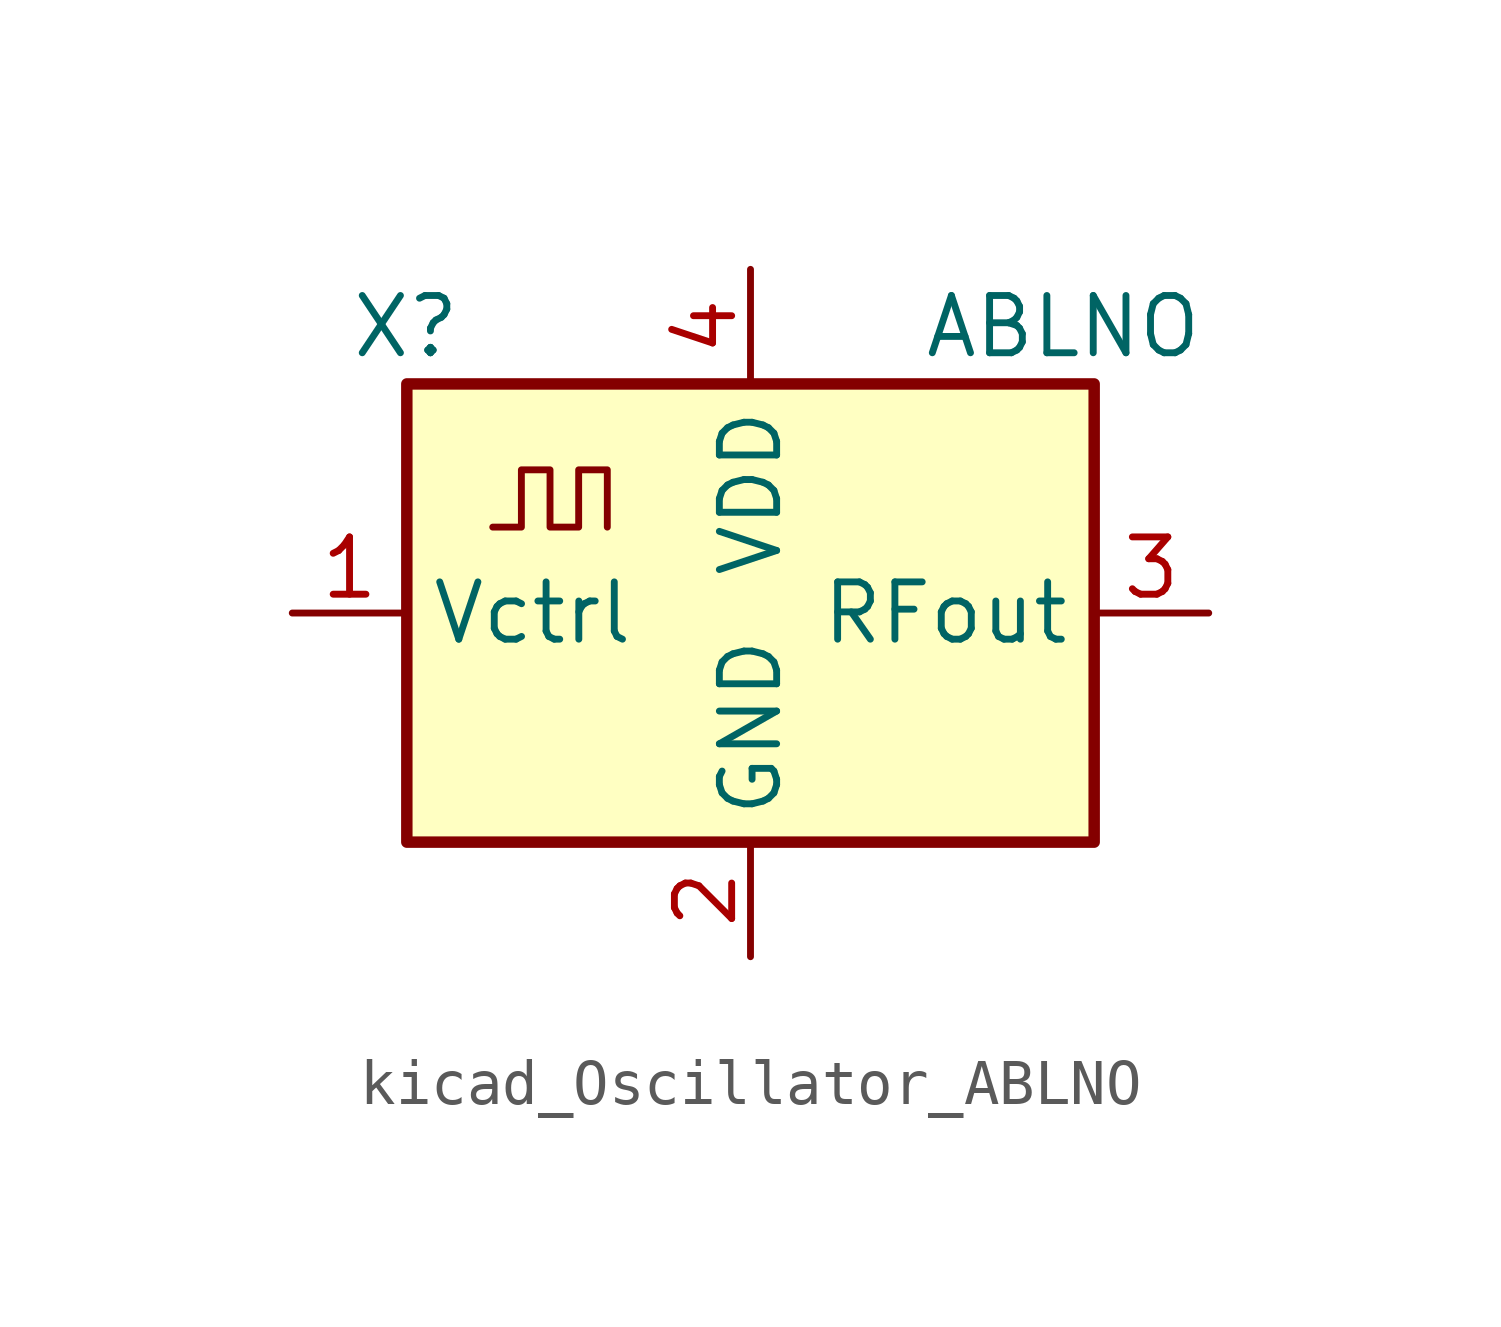
<source format=kicad_sym>
(kicad_symbol_lib
  (version 20220914)
  (generator kicad_symbol_editor)
  (symbol "kicad_Oscillator_ABLNO"
    (property "Reference" "X"
      (at -8.89 6.35 0)
      (effects (font (size 1.27 1.27)) (justify left)))
    (property "Value" "ABLNO"
      (at 3.81 6.35 0)
      (effects (font (size 1.27 1.27)) (justify left)))
    (symbol "kicad_Oscillator_ABLNO_0_1"
      (rectangle (start -7.62 5.08) (end 7.62 -5.08) (stroke (width 0.254) (type default)) (fill (type background)))
      (polyline (pts (xy -5.715 1.905) (xy -5.08 1.905) (xy -5.08 3.175) (xy -4.445 3.175) (xy -4.445 1.905) (xy -3.81 1.905) (xy -3.81 3.175) (xy -3.175 3.175) (xy -3.175 1.905)) (stroke (width 0) (type default)) (fill (type none))))
    (symbol "kicad_Oscillator_ABLNO_1_1"
      (pin input line (at -10.16 0 0) (length 2.54) (name "Vctrl" (effects (font (size 1.27 1.27)))) (number "1" (effects (font (size 1.27 1.27)))))
      (pin power_in line (at 0 -7.62 90) (length 2.54) (name "GND" (effects (font (size 1.27 1.27)))) (number "2" (effects (font (size 1.27 1.27)))))
      (pin output line (at 10.16 0 180) (length 2.54) (name "RFout" (effects (font (size 1.27 1.27)))) (number "3" (effects (font (size 1.27 1.27)))))
      (pin power_in line (at 0 7.62 270) (length 2.54) (name "VDD" (effects (font (size 1.27 1.27)))) (number "4" (effects (font (size 1.27 1.27))))))))
</source>
